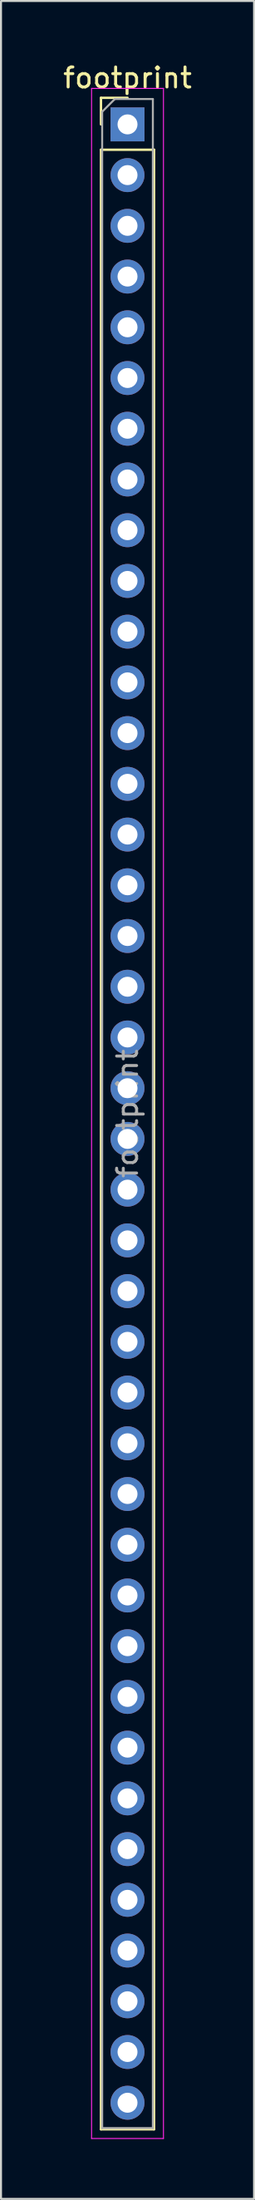
<source format=kicad_pcb>
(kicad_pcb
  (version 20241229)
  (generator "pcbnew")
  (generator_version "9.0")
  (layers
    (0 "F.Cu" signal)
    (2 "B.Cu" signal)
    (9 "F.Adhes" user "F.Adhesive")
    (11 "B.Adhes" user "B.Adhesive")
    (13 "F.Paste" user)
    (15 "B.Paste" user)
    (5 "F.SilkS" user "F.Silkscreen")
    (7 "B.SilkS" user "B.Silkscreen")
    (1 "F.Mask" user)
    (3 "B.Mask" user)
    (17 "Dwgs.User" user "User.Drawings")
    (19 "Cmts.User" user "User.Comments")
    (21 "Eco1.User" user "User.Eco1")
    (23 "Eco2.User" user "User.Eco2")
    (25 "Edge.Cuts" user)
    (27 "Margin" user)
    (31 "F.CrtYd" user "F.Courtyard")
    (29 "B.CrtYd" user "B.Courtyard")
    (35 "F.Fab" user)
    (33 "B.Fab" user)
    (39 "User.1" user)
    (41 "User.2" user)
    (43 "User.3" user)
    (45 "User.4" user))
  (footprint "footprint"
    (layer "F.Cu")
    (at 3.339 3.178)
    (property "Reference" "footprint" (at 0 -2.33 0) (layer "F.SilkS") (effects (font (size 1 1) (thickness 0.15))))
    (attr through_hole)
    (fp_line (start -1.33 -1.33) (end 0 -1.33) (stroke (width 0.12) (type solid)) (layer "F.SilkS"))
    (fp_line (start -1.33 0) (end -1.33 -1.33) (stroke (width 0.12) (type solid)) (layer "F.SilkS"))
    (fp_line (start -1.33 1.27) (end -1.33 100.39) (stroke (width 0.12) (type solid)) (layer "F.SilkS"))
    (fp_line (start -1.33 1.27) (end 1.33 1.27) (stroke (width 0.12) (type solid)) (layer "F.SilkS"))
    (fp_line (start -1.33 100.39) (end 1.33 100.39) (stroke (width 0.12) (type solid)) (layer "F.SilkS"))
    (fp_line (start 1.33 1.27) (end 1.33 100.39) (stroke (width 0.12) (type solid)) (layer "F.SilkS"))
    (fp_line (start -1.8 -1.8) (end -1.8 100.85) (stroke (width 0.05) (type solid)) (layer "F.CrtYd"))
    (fp_line (start -1.8 100.85) (end 1.8 100.85) (stroke (width 0.05) (type solid)) (layer "F.CrtYd"))
    (fp_line (start 1.8 -1.8) (end -1.8 -1.8) (stroke (width 0.05) (type solid)) (layer "F.CrtYd"))
    (fp_line (start 1.8 100.85) (end 1.8 -1.8) (stroke (width 0.05) (type solid)) (layer "F.CrtYd"))
    (fp_line (start -1.27 -0.635) (end -0.635 -1.27) (stroke (width 0.1) (type solid)) (layer "F.Fab"))
    (fp_line (start -1.27 100.33) (end -1.27 -0.635) (stroke (width 0.1) (type solid)) (layer "F.Fab"))
    (fp_line (start -0.635 -1.27) (end 1.27 -1.27) (stroke (width 0.1) (type solid)) (layer "F.Fab"))
    (fp_line (start 1.27 -1.27) (end 1.27 100.33) (stroke (width 0.1) (type solid)) (layer "F.Fab"))
    (fp_line (start 1.27 100.33) (end -1.27 100.33) (stroke (width 0.1) (type solid)) (layer "F.Fab"))
    (fp_text user "${REFERENCE}" (at 0 49.53 90) (layer "F.Fab") (effects (font (size 1 1) (thickness 0.15))))
    (pad "1" thru_hole rect (at 0 0) (size 1.7 1.7) (drill 1) (layers "*.Cu" "*.Mask"))
    (pad "2" thru_hole oval (at 0 2.54) (size 1.7 1.7) (drill 1) (layers "*.Cu" "*.Mask"))
    (pad "3" thru_hole oval (at 0 5.08) (size 1.7 1.7) (drill 1) (layers "*.Cu" "*.Mask"))
    (pad "4" thru_hole oval (at 0 7.62) (size 1.7 1.7) (drill 1) (layers "*.Cu" "*.Mask"))
    (pad "5" thru_hole oval (at 0 10.16) (size 1.7 1.7) (drill 1) (layers "*.Cu" "*.Mask"))
    (pad "6" thru_hole oval (at 0 12.7) (size 1.7 1.7) (drill 1) (layers "*.Cu" "*.Mask"))
    (pad "7" thru_hole oval (at 0 15.24) (size 1.7 1.7) (drill 1) (layers "*.Cu" "*.Mask"))
    (pad "8" thru_hole oval (at 0 17.78) (size 1.7 1.7) (drill 1) (layers "*.Cu" "*.Mask"))
    (pad "9" thru_hole oval (at 0 20.32) (size 1.7 1.7) (drill 1) (layers "*.Cu" "*.Mask"))
    (pad "10" thru_hole oval (at 0 22.86) (size 1.7 1.7) (drill 1) (layers "*.Cu" "*.Mask"))
    (pad "11" thru_hole oval (at 0 25.4) (size 1.7 1.7) (drill 1) (layers "*.Cu" "*.Mask"))
    (pad "12" thru_hole oval (at 0 27.94) (size 1.7 1.7) (drill 1) (layers "*.Cu" "*.Mask"))
    (pad "13" thru_hole oval (at 0 30.48) (size 1.7 1.7) (drill 1) (layers "*.Cu" "*.Mask"))
    (pad "14" thru_hole oval (at 0 33.02) (size 1.7 1.7) (drill 1) (layers "*.Cu" "*.Mask"))
    (pad "15" thru_hole oval (at 0 35.56) (size 1.7 1.7) (drill 1) (layers "*.Cu" "*.Mask"))
    (pad "16" thru_hole oval (at 0 38.1) (size 1.7 1.7) (drill 1) (layers "*.Cu" "*.Mask"))
    (pad "17" thru_hole oval (at 0 40.64) (size 1.7 1.7) (drill 1) (layers "*.Cu" "*.Mask"))
    (pad "18" thru_hole oval (at 0 43.18) (size 1.7 1.7) (drill 1) (layers "*.Cu" "*.Mask"))
    (pad "19" thru_hole oval (at 0 45.72) (size 1.7 1.7) (drill 1) (layers "*.Cu" "*.Mask"))
    (pad "20" thru_hole oval (at 0 48.26) (size 1.7 1.7) (drill 1) (layers "*.Cu" "*.Mask"))
    (pad "21" thru_hole oval (at 0 50.8) (size 1.7 1.7) (drill 1) (layers "*.Cu" "*.Mask"))
    (pad "22" thru_hole oval (at 0 53.34) (size 1.7 1.7) (drill 1) (layers "*.Cu" "*.Mask"))
    (pad "23" thru_hole oval (at 0 55.88) (size 1.7 1.7) (drill 1) (layers "*.Cu" "*.Mask"))
    (pad "24" thru_hole oval (at 0 58.42) (size 1.7 1.7) (drill 1) (layers "*.Cu" "*.Mask"))
    (pad "25" thru_hole oval (at 0 60.96) (size 1.7 1.7) (drill 1) (layers "*.Cu" "*.Mask"))
    (pad "26" thru_hole oval (at 0 63.5) (size 1.7 1.7) (drill 1) (layers "*.Cu" "*.Mask"))
    (pad "27" thru_hole oval (at 0 66.04) (size 1.7 1.7) (drill 1) (layers "*.Cu" "*.Mask"))
    (pad "28" thru_hole oval (at 0 68.58) (size 1.7 1.7) (drill 1) (layers "*.Cu" "*.Mask"))
    (pad "29" thru_hole oval (at 0 71.12) (size 1.7 1.7) (drill 1) (layers "*.Cu" "*.Mask"))
    (pad "30" thru_hole oval (at 0 73.66) (size 1.7 1.7) (drill 1) (layers "*.Cu" "*.Mask"))
    (pad "31" thru_hole oval (at 0 76.2) (size 1.7 1.7) (drill 1) (layers "*.Cu" "*.Mask"))
    (pad "32" thru_hole oval (at 0 78.74) (size 1.7 1.7) (drill 1) (layers "*.Cu" "*.Mask"))
    (pad "33" thru_hole oval (at 0 81.28) (size 1.7 1.7) (drill 1) (layers "*.Cu" "*.Mask"))
    (pad "34" thru_hole oval (at 0 83.82) (size 1.7 1.7) (drill 1) (layers "*.Cu" "*.Mask"))
    (pad "35" thru_hole oval (at 0 86.36) (size 1.7 1.7) (drill 1) (layers "*.Cu" "*.Mask"))
    (pad "36" thru_hole oval (at 0 88.9) (size 1.7 1.7) (drill 1) (layers "*.Cu" "*.Mask"))
    (pad "37" thru_hole oval (at 0 91.44) (size 1.7 1.7) (drill 1) (layers "*.Cu" "*.Mask"))
    (pad "38" thru_hole oval (at 0 93.98) (size 1.7 1.7) (drill 1) (layers "*.Cu" "*.Mask"))
    (pad "39" thru_hole oval (at 0 96.52) (size 1.7 1.7) (drill 1) (layers "*.Cu" "*.Mask"))
    (pad "40" thru_hole oval (at 0 99.06) (size 1.7 1.7) (drill 1) (layers "*.Cu" "*.Mask")))
  (gr_rect
    (start -3 -3)
    (end 9.679 107.053)
    (stroke (width 0.1) (type default))
    (fill no)
    (layer "Edge.Cuts")))
</source>
